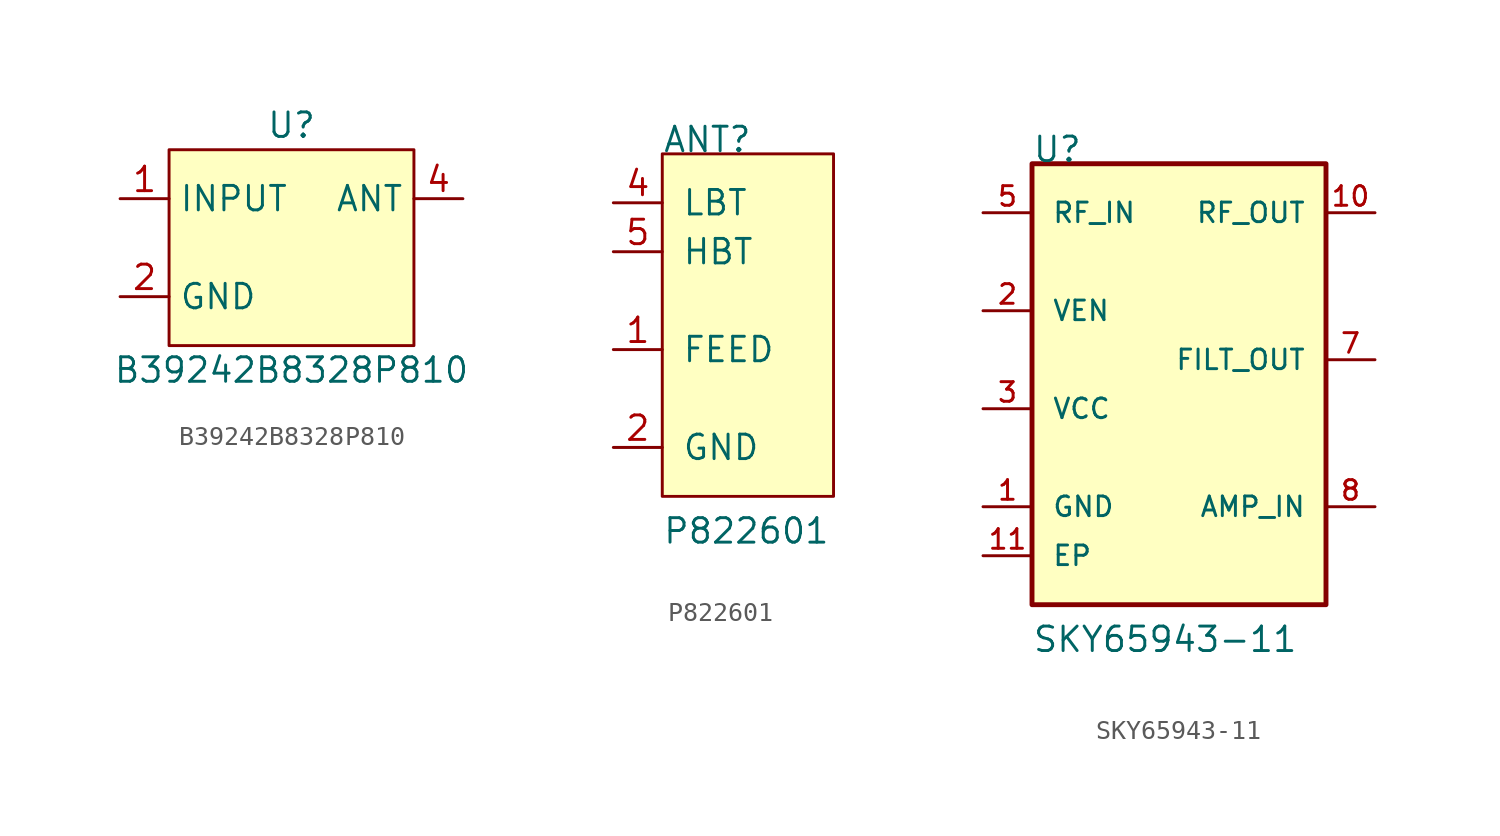
<source format=kicad_sym>
(kicad_symbol_lib
  (version 20211014)
  (generator kicad_symbol_editor)
  (symbol "B39242B8328P810"
    (property "Reference" "U"
      (at 6.35 1.27 0)
      (effects (font (size 1.27 1.27))))
    (property "Value" "B39242B8328P810"
      (at 6.35 -11.43 0)
      (effects (font (size 1.27 1.27))))
    (symbol "B39242B8328P810_0_1"
      (rectangle (start 0 0) (end 12.7 -10.16) (stroke (width 0) (type default) (color 0 0 0 0)) (fill (type background))))
    (symbol "B39242B8328P810_1_1"
      (pin input line (at -2.54 -2.54 0) (length 2.54) (name "INPUT" (effects (font (size 1.27 1.27)))) (number "1" (effects (font (size 1.27 1.27)))))
      (pin power_in line (at -2.54 -7.62 0) (length 2.54) (name "GND" (effects (font (size 1.27 1.27)))) (number "2" (effects (font (size 1.27 1.27)))))
      (pin power_in line (at -2.54 -7.62 0) (length 2.54) hide (name "GND" (effects (font (size 1.27 1.27)))) (number "3" (effects (font (size 1.27 1.27)))))
      (pin input line (at 15.24 -2.54 180) (length 2.54) (name "ANT" (effects (font (size 1.27 1.27)))) (number "4" (effects (font (size 1.27 1.27)))))
      (pin power_in line (at -2.54 -7.62 0) (length 2.54) hide (name "GND" (effects (font (size 1.27 1.27)))) (number "5" (effects (font (size 1.27 1.27)))))))
  (symbol "P822601"
    (pin_names
      (offset 1.016))
    (property "Reference" "ANT"
      (at 0 0 0)
      (effects (font (size 1.27 1.27)) (justify left bottom)))
    (property "Value" "P822601"
      (at 0 -20.32 0)
      (effects (font (size 1.27 1.27)) (justify left bottom)))
    (symbol "P822601_0_0"
      (rectangle (start 0 0) (end 8.89 -17.78) (stroke (width 0.152) (type default) (color 0 0 0 0)) (fill (type background)))
      (pin bidirectional line (at -2.54 -10.16 0) (length 2.54) (name "FEED" (effects (font (size 1.27 1.27)))) (number "1" (effects (font (size 1.27 1.27)))))
      (pin power_in line (at -2.54 -15.24 0) (length 2.54) (name "GND" (effects (font (size 1.27 1.27)))) (number "2" (effects (font (size 1.27 1.27)))))
      (pin input line (at -2.54 -2.54 0) (length 2.54) (name "LBT" (effects (font (size 1.27 1.27)))) (number "4" (effects (font (size 1.27 1.27)))))
      (pin input line (at -2.54 -5.08 0) (length 2.54) (name "HBT" (effects (font (size 1.27 1.27)))) (number "5" (effects (font (size 1.27 1.27)))))))
  (symbol "SKY65943-11"
    (pin_names
      (offset 1.016))
    (property "Reference" "U"
      (at 0 0 0)
      (effects (font (size 1.27 1.27)) (justify left bottom)))
    (property "Value" "SKY65943-11"
      (at 0 -25.4 0)
      (effects (font (size 1.27 1.27)) (justify left bottom)))
    (symbol "SKY65943-11_0_0"
      (rectangle (start 0 0) (end 15.24 -22.86) (stroke (width 0.254) (type default) (color 0 0 0 0)) (fill (type background)))
      (pin power_in line (at -2.54 -17.78 0) (length 2.54) (name "GND" (effects (font (size 1.016 1.016)))) (number "1" (effects (font (size 1.016 1.016)))))
      (pin output line (at 17.78 -2.54 180) (length 2.54) (name "RF_OUT" (effects (font (size 1.016 1.016)))) (number "10" (effects (font (size 1.016 1.016)))))
      (pin power_in line (at -2.54 -20.32 0) (length 2.54) (name "EP" (effects (font (size 1.016 1.016)))) (number "11" (effects (font (size 1.016 1.016)))))
      (pin input line (at -2.54 -7.62 0) (length 2.54) (name "VEN" (effects (font (size 1.016 1.016)))) (number "2" (effects (font (size 1.016 1.016)))))
      (pin power_in line (at -2.54 -12.7 0) (length 2.54) (name "VCC" (effects (font (size 1.016 1.016)))) (number "3" (effects (font (size 1.016 1.016)))))
      (pin power_in line (at -2.54 -17.78 0) (length 2.54) hide (name "GND" (effects (font (size 1.016 1.016)))) (number "4" (effects (font (size 1.016 1.016)))))
      (pin input line (at -2.54 -2.54 0) (length 2.54) (name "RF_IN" (effects (font (size 1.016 1.016)))) (number "5" (effects (font (size 1.016 1.016)))))
      (pin power_in line (at -2.54 -17.78 0) (length 2.54) hide (name "GND" (effects (font (size 1.016 1.016)))) (number "6" (effects (font (size 1.016 1.016)))))
      (pin output line (at 17.78 -10.16 180) (length 2.54) (name "FILT_OUT" (effects (font (size 1.016 1.016)))) (number "7" (effects (font (size 1.016 1.016)))))
      (pin input line (at 17.78 -17.78 180) (length 2.54) (name "AMP_IN" (effects (font (size 1.016 1.016)))) (number "8" (effects (font (size 1.016 1.016)))))
      (pin power_in line (at -2.54 -17.78 0) (length 2.54) hide (name "GND" (effects (font (size 1.016 1.016)))) (number "9" (effects (font (size 1.016 1.016))))))))
</source>
